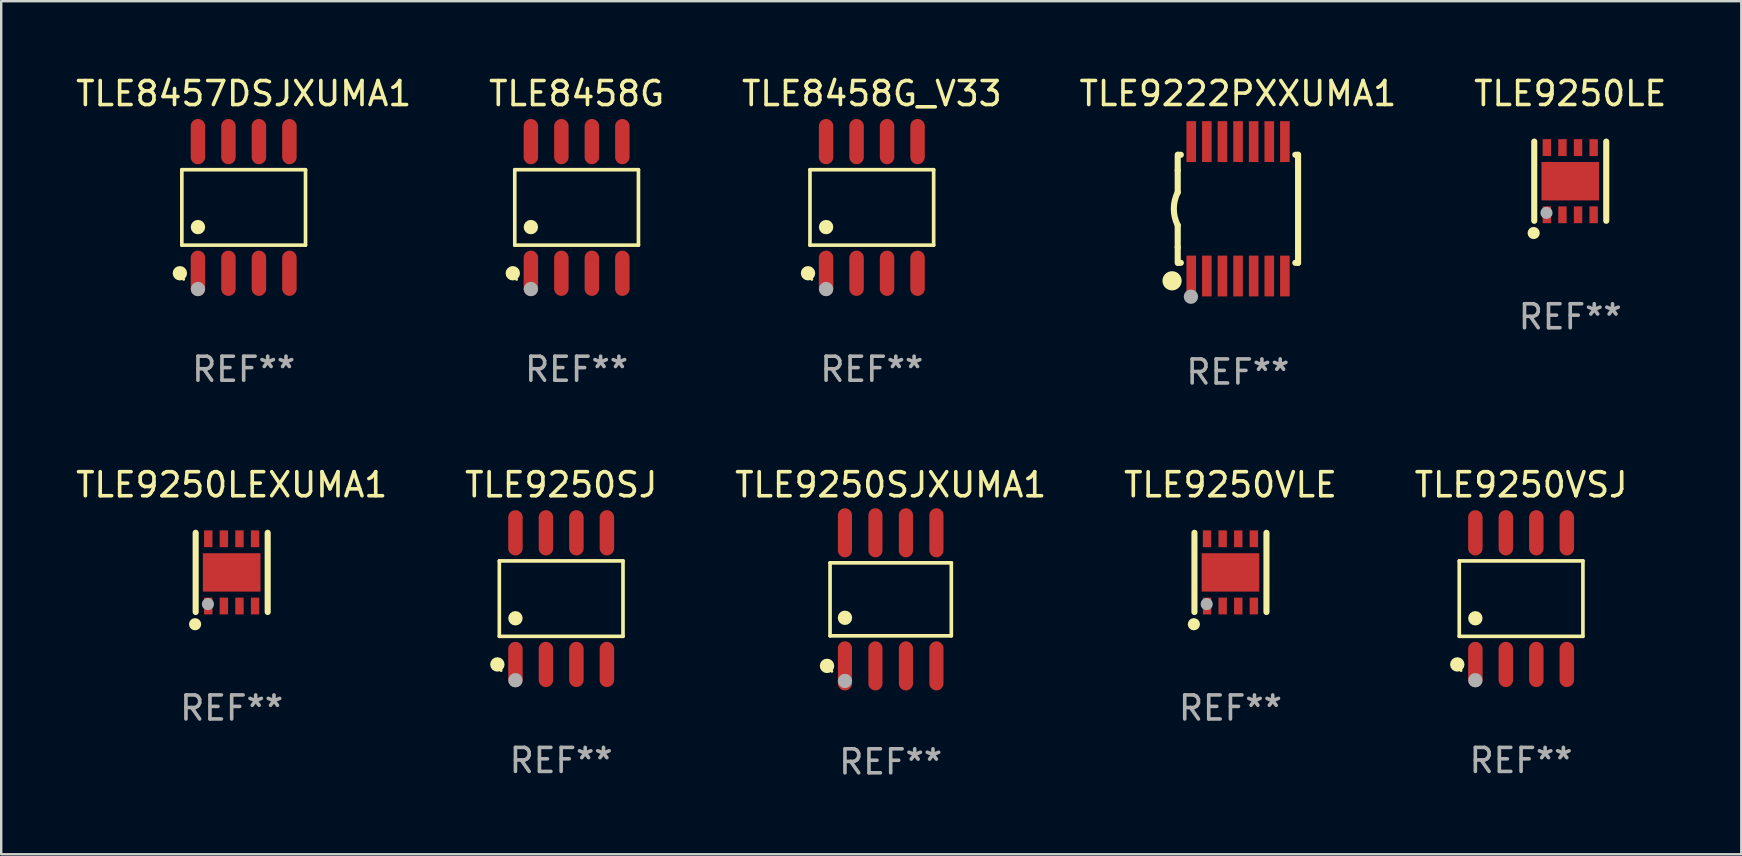
<source format=kicad_pcb>
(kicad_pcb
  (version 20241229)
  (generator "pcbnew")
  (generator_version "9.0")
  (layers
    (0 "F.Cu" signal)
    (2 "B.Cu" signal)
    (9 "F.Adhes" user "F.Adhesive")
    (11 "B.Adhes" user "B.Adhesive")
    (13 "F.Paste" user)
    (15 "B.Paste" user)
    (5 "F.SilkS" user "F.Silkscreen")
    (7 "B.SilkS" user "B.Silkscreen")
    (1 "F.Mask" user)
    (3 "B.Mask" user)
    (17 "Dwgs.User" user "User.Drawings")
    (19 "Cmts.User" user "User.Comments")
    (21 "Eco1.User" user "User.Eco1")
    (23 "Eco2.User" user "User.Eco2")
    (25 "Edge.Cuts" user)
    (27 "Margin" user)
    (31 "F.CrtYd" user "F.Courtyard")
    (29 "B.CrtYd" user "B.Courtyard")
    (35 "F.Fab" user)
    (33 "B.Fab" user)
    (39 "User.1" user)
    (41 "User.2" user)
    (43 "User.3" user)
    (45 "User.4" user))
  (footprint "TLE9250VSJ"
    (layer "F.Cu")
    (at 60.315 21.887)
    (property "Reference" "TLE9250VSJ" (at 0 -4.742 0) (layer "F.SilkS") (effects (font (size 1 1) (thickness 0.15))))
    (attr through_hole)
    (fp_line (start -2.576 -1.571) (end 2.576 -1.571) (stroke (width 0.152) (type solid)) (layer "F.SilkS"))
    (fp_line (start -2.576 1.571) (end -2.576 -1.571) (stroke (width 0.152) (type solid)) (layer "F.SilkS"))
    (fp_line (start 2.576 -1.571) (end 2.576 1.571) (stroke (width 0.152) (type solid)) (layer "F.SilkS"))
    (fp_line (start 2.576 1.571) (end -2.576 1.571) (stroke (width 0.152) (type solid)) (layer "F.SilkS"))
    (fp_circle (center -2.658 2.742) (end -2.508 2.742) (stroke (width 0.3) (type solid)) (fill no) (layer "F.SilkS"))
    (fp_circle (center -2.5 3) (end -2.47 3) (stroke (width 0.06) (type solid)) (fill no) (layer "F.SilkS"))
    (fp_circle (center -1.905 0.819) (end -1.755 0.819) (stroke (width 0.3) (type solid)) (fill no) (layer "F.SilkS"))
    (fp_circle (center -1.905 3.4) (end -1.755 3.4) (stroke (width 0.3) (type solid)) (fill no) (layer "F.Fab"))
    (fp_text user "REF**" (at 0 6.742 0) (layer "F.Fab") (effects (font (size 1 1) (thickness 0.15))))
    (pad "1" smd oval (at -1.905 2.742) (size 0.602 1.885) (layers "F.Cu" "F.Mask" "F.Paste"))
    (pad "2" smd oval (at -0.635 2.742) (size 0.602 1.885) (layers "F.Cu" "F.Mask" "F.Paste"))
    (pad "3" smd oval (at 0.635 2.742) (size 0.602 1.885) (layers "F.Cu" "F.Mask" "F.Paste"))
    (pad "4" smd oval (at 1.905 2.742) (size 0.602 1.885) (layers "F.Cu" "F.Mask" "F.Paste"))
    (pad "5" smd oval (at 1.905 -2.742) (size 0.602 1.885) (layers "F.Cu" "F.Mask" "F.Paste"))
    (pad "6" smd oval (at 0.635 -2.742) (size 0.602 1.885) (layers "F.Cu" "F.Mask" "F.Paste"))
    (pad "7" smd oval (at -0.635 -2.742) (size 0.602 1.885) (layers "F.Cu" "F.Mask" "F.Paste"))
    (pad "8" smd oval (at -1.905 -2.742) (size 0.602 1.885) (layers "F.Cu" "F.Mask" "F.Paste")))
  (footprint "TLE9250SJ"
    (layer "F.Cu")
    (at 20.327 21.887)
    (property "Reference" "TLE9250SJ" (at 0 -4.742 0) (layer "F.SilkS") (effects (font (size 1 1) (thickness 0.15))))
    (attr through_hole)
    (fp_line (start -2.576 -1.571) (end 2.576 -1.571) (stroke (width 0.152) (type solid)) (layer "F.SilkS"))
    (fp_line (start -2.576 1.571) (end -2.576 -1.571) (stroke (width 0.152) (type solid)) (layer "F.SilkS"))
    (fp_line (start 2.576 -1.571) (end 2.576 1.571) (stroke (width 0.152) (type solid)) (layer "F.SilkS"))
    (fp_line (start 2.576 1.571) (end -2.576 1.571) (stroke (width 0.152) (type solid)) (layer "F.SilkS"))
    (fp_circle (center -2.658 2.742) (end -2.508 2.742) (stroke (width 0.3) (type solid)) (fill no) (layer "F.SilkS"))
    (fp_circle (center -2.5 3) (end -2.47 3) (stroke (width 0.06) (type solid)) (fill no) (layer "F.SilkS"))
    (fp_circle (center -1.905 0.819) (end -1.755 0.819) (stroke (width 0.3) (type solid)) (fill no) (layer "F.SilkS"))
    (fp_circle (center -1.905 3.4) (end -1.755 3.4) (stroke (width 0.3) (type solid)) (fill no) (layer "F.Fab"))
    (fp_text user "REF**" (at 0 6.742 0) (layer "F.Fab") (effects (font (size 1 1) (thickness 0.15))))
    (pad "1" smd oval (at -1.905 2.742) (size 0.602 1.885) (layers "F.Cu" "F.Mask" "F.Paste"))
    (pad "2" smd oval (at -0.635 2.742) (size 0.602 1.885) (layers "F.Cu" "F.Mask" "F.Paste"))
    (pad "3" smd oval (at 0.635 2.742) (size 0.602 1.885) (layers "F.Cu" "F.Mask" "F.Paste"))
    (pad "4" smd oval (at 1.905 2.742) (size 0.602 1.885) (layers "F.Cu" "F.Mask" "F.Paste"))
    (pad "5" smd oval (at 1.905 -2.742) (size 0.602 1.885) (layers "F.Cu" "F.Mask" "F.Paste"))
    (pad "6" smd oval (at 0.635 -2.742) (size 0.602 1.885) (layers "F.Cu" "F.Mask" "F.Paste"))
    (pad "7" smd oval (at -0.635 -2.742) (size 0.602 1.885) (layers "F.Cu" "F.Mask" "F.Paste"))
    (pad "8" smd oval (at -1.905 -2.742) (size 0.602 1.885) (layers "F.Cu" "F.Mask" "F.Paste")))
  (footprint "TLE8457DSJXUMA1"
    (layer "F.Cu")
    (at 7.101 5.591)
    (property "Reference" "TLE8457DSJXUMA1" (at 0 -4.742 0) (layer "F.SilkS") (effects (font (size 1 1) (thickness 0.15))))
    (attr through_hole)
    (fp_line (start -2.576 -1.571) (end 2.576 -1.571) (stroke (width 0.152) (type solid)) (layer "F.SilkS"))
    (fp_line (start -2.576 1.571) (end -2.576 -1.571) (stroke (width 0.152) (type solid)) (layer "F.SilkS"))
    (fp_line (start 2.576 -1.571) (end 2.576 1.571) (stroke (width 0.152) (type solid)) (layer "F.SilkS"))
    (fp_line (start 2.576 1.571) (end -2.576 1.571) (stroke (width 0.152) (type solid)) (layer "F.SilkS"))
    (fp_circle (center -2.658 2.742) (end -2.508 2.742) (stroke (width 0.3) (type solid)) (fill no) (layer "F.SilkS"))
    (fp_circle (center -2.5 3) (end -2.47 3) (stroke (width 0.06) (type solid)) (fill no) (layer "F.SilkS"))
    (fp_circle (center -1.905 0.819) (end -1.755 0.819) (stroke (width 0.3) (type solid)) (fill no) (layer "F.SilkS"))
    (fp_circle (center -1.905 3.4) (end -1.755 3.4) (stroke (width 0.3) (type solid)) (fill no) (layer "F.Fab"))
    (fp_text user "REF**" (at 0 6.742 0) (layer "F.Fab") (effects (font (size 1 1) (thickness 0.15))))
    (pad "1" smd oval (at -1.905 2.742) (size 0.602 1.885) (layers "F.Cu" "F.Mask" "F.Paste"))
    (pad "2" smd oval (at -0.635 2.742) (size 0.602 1.885) (layers "F.Cu" "F.Mask" "F.Paste"))
    (pad "3" smd oval (at 0.635 2.742) (size 0.602 1.885) (layers "F.Cu" "F.Mask" "F.Paste"))
    (pad "4" smd oval (at 1.905 2.742) (size 0.602 1.885) (layers "F.Cu" "F.Mask" "F.Paste"))
    (pad "5" smd oval (at 1.905 -2.742) (size 0.602 1.885) (layers "F.Cu" "F.Mask" "F.Paste"))
    (pad "6" smd oval (at 0.635 -2.742) (size 0.602 1.885) (layers "F.Cu" "F.Mask" "F.Paste"))
    (pad "7" smd oval (at -0.635 -2.742) (size 0.602 1.885) (layers "F.Cu" "F.Mask" "F.Paste"))
    (pad "8" smd oval (at -1.905 -2.742) (size 0.602 1.885) (layers "F.Cu" "F.Mask" "F.Paste")))
  (footprint "TLE8458G"
    (layer "F.Cu")
    (at 20.97 5.591)
    (property "Reference" "TLE8458G" (at 0 -4.742 0) (layer "F.SilkS") (effects (font (size 1 1) (thickness 0.15))))
    (attr through_hole)
    (fp_line (start -2.576 -1.571) (end 2.576 -1.571) (stroke (width 0.152) (type solid)) (layer "F.SilkS"))
    (fp_line (start -2.576 1.571) (end -2.576 -1.571) (stroke (width 0.152) (type solid)) (layer "F.SilkS"))
    (fp_line (start 2.576 -1.571) (end 2.576 1.571) (stroke (width 0.152) (type solid)) (layer "F.SilkS"))
    (fp_line (start 2.576 1.571) (end -2.576 1.571) (stroke (width 0.152) (type solid)) (layer "F.SilkS"))
    (fp_circle (center -2.658 2.742) (end -2.508 2.742) (stroke (width 0.3) (type solid)) (fill no) (layer "F.SilkS"))
    (fp_circle (center -2.5 3) (end -2.47 3) (stroke (width 0.06) (type solid)) (fill no) (layer "F.SilkS"))
    (fp_circle (center -1.905 0.819) (end -1.755 0.819) (stroke (width 0.3) (type solid)) (fill no) (layer "F.SilkS"))
    (fp_circle (center -1.905 3.4) (end -1.755 3.4) (stroke (width 0.3) (type solid)) (fill no) (layer "F.Fab"))
    (fp_text user "REF**" (at 0 6.742 0) (layer "F.Fab") (effects (font (size 1 1) (thickness 0.15))))
    (pad "1" smd oval (at -1.905 2.742) (size 0.602 1.885) (layers "F.Cu" "F.Mask" "F.Paste"))
    (pad "2" smd oval (at -0.635 2.742) (size 0.602 1.885) (layers "F.Cu" "F.Mask" "F.Paste"))
    (pad "3" smd oval (at 0.635 2.742) (size 0.602 1.885) (layers "F.Cu" "F.Mask" "F.Paste"))
    (pad "4" smd oval (at 1.905 2.742) (size 0.602 1.885) (layers "F.Cu" "F.Mask" "F.Paste"))
    (pad "5" smd oval (at 1.905 -2.742) (size 0.602 1.885) (layers "F.Cu" "F.Mask" "F.Paste"))
    (pad "6" smd oval (at 0.635 -2.742) (size 0.602 1.885) (layers "F.Cu" "F.Mask" "F.Paste"))
    (pad "7" smd oval (at -0.635 -2.742) (size 0.602 1.885) (layers "F.Cu" "F.Mask" "F.Paste"))
    (pad "8" smd oval (at -1.905 -2.742) (size 0.602 1.885) (layers "F.Cu" "F.Mask" "F.Paste")))
  (footprint "TLE9250SJXUMA1"
    (layer "F.Cu")
    (at 34.054 21.917)
    (property "Reference" "TLE9250SJXUMA1" (at 0 -4.772 0) (layer "F.SilkS") (effects (font (size 1 1) (thickness 0.15))))
    (attr through_hole)
    (fp_line (start -2.526 -1.521) (end 2.526 -1.521) (stroke (width 0.152) (type solid)) (layer "F.SilkS"))
    (fp_line (start -2.526 1.521) (end -2.526 -1.521) (stroke (width 0.152) (type solid)) (layer "F.SilkS"))
    (fp_line (start 2.526 -1.521) (end 2.526 1.521) (stroke (width 0.152) (type solid)) (layer "F.SilkS"))
    (fp_line (start 2.526 1.521) (end -2.526 1.521) (stroke (width 0.152) (type solid)) (layer "F.SilkS"))
    (fp_circle (center -2.652 2.772) (end -2.501 2.772) (stroke (width 0.3) (type solid)) (fill no) (layer "F.SilkS"))
    (fp_circle (center -2.45 3) (end -2.42 3) (stroke (width 0.06) (type solid)) (fill no) (layer "F.SilkS"))
    (fp_circle (center -1.905 0.769) (end -1.755 0.769) (stroke (width 0.3) (type solid)) (fill no) (layer "F.SilkS"))
    (fp_circle (center -1.905 3.4) (end -1.755 3.4) (stroke (width 0.3) (type solid)) (fill no) (layer "F.Fab"))
    (fp_text user "REF**" (at 0 6.772 0) (layer "F.Fab") (effects (font (size 1 1) (thickness 0.15))))
    (pad "1" smd oval (at -1.905 2.772) (size 0.588 2.045) (layers "F.Cu" "F.Mask" "F.Paste"))
    (pad "2" smd oval (at -0.635 2.772) (size 0.588 2.045) (layers "F.Cu" "F.Mask" "F.Paste"))
    (pad "3" smd oval (at 0.635 2.772) (size 0.588 2.045) (layers "F.Cu" "F.Mask" "F.Paste"))
    (pad "4" smd oval (at 1.905 2.772) (size 0.588 2.045) (layers "F.Cu" "F.Mask" "F.Paste"))
    (pad "5" smd oval (at 1.905 -2.772) (size 0.588 2.045) (layers "F.Cu" "F.Mask" "F.Paste"))
    (pad "6" smd oval (at 0.635 -2.772) (size 0.588 2.045) (layers "F.Cu" "F.Mask" "F.Paste"))
    (pad "7" smd oval (at -0.635 -2.772) (size 0.588 2.045) (layers "F.Cu" "F.Mask" "F.Paste"))
    (pad "8" smd oval (at -1.905 -2.772) (size 0.588 2.045) (layers "F.Cu" "F.Mask" "F.Paste")))
  (footprint "TLE9250LE"
    (layer "F.Cu")
    (at 62.363 4.498)
    (property "Reference" "TLE9250LE" (at 0 -3.65 0) (layer "F.SilkS") (effects (font (size 1 1) (thickness 0.15))))
    (attr through_hole)
    (fp_line (start -1.5 1.65) (end -1.5 -1.65) (stroke (width 0.254) (type solid)) (layer "F.SilkS"))
    (fp_line (start 1.5 1.65) (end 1.5 -1.65) (stroke (width 0.254) (type solid)) (layer "F.SilkS"))
    (fp_circle (center -1.524 2.159) (end -1.397 2.159) (stroke (width 0.254) (type solid)) (fill no) (layer "F.SilkS"))
    (fp_circle (center -1.5 1.5) (end -1.47 1.5) (stroke (width 0.06) (type solid)) (fill no) (layer "F.SilkS"))
    (fp_circle (center -0.99 1.32) (end -0.863 1.32) (stroke (width 0.254) (type solid)) (fill no) (layer "F.Fab"))
    (fp_text user "REF**" (at 0 5.65 0) (layer "F.Fab") (effects (font (size 1 1) (thickness 0.15))))
    (pad "1" smd rect (at -0.975 1.4 270) (size 0.7 0.35) (layers "F.Cu" "F.Mask" "F.Paste"))
    (pad "2" smd rect (at -0.325 1.4 270) (size 0.7 0.35) (layers "F.Cu" "F.Mask" "F.Paste"))
    (pad "3" smd rect (at 0.325 1.4 270) (size 0.7 0.35) (layers "F.Cu" "F.Mask" "F.Paste"))
    (pad "4" smd rect (at 0.975 1.4 270) (size 0.7 0.35) (layers "F.Cu" "F.Mask" "F.Paste"))
    (pad "5" smd rect (at 0.975 -1.4 270) (size 0.7 0.35) (layers "F.Cu" "F.Mask" "F.Paste"))
    (pad "6" smd rect (at 0.325 -1.4 270) (size 0.7 0.35) (layers "F.Cu" "F.Mask" "F.Paste"))
    (pad "7" smd rect (at -0.325 -1.4 270) (size 0.7 0.35) (layers "F.Cu" "F.Mask" "F.Paste"))
    (pad "8" smd rect (at -0.975 -1.4 270) (size 0.7 0.35) (layers "F.Cu" "F.Mask" "F.Paste"))
    (pad "9" smd rect (at 0.000241 0.000064) (size 2.4 1.6) (layers "F.Cu" "F.Mask" "F.Paste")))
  (footprint "TLE8458G_V33"
    (layer "F.Cu")
    (at 33.268 5.591)
    (property "Reference" "TLE8458G_V33" (at 0 -4.742 0) (layer "F.SilkS") (effects (font (size 1 1) (thickness 0.15))))
    (attr through_hole)
    (fp_line (start -2.576 -1.571) (end 2.576 -1.571) (stroke (width 0.152) (type solid)) (layer "F.SilkS"))
    (fp_line (start -2.576 1.571) (end -2.576 -1.571) (stroke (width 0.152) (type solid)) (layer "F.SilkS"))
    (fp_line (start 2.576 -1.571) (end 2.576 1.571) (stroke (width 0.152) (type solid)) (layer "F.SilkS"))
    (fp_line (start 2.576 1.571) (end -2.576 1.571) (stroke (width 0.152) (type solid)) (layer "F.SilkS"))
    (fp_circle (center -2.658 2.742) (end -2.508 2.742) (stroke (width 0.3) (type solid)) (fill no) (layer "F.SilkS"))
    (fp_circle (center -2.5 3) (end -2.47 3) (stroke (width 0.06) (type solid)) (fill no) (layer "F.SilkS"))
    (fp_circle (center -1.905 0.819) (end -1.755 0.819) (stroke (width 0.3) (type solid)) (fill no) (layer "F.SilkS"))
    (fp_circle (center -1.905 3.4) (end -1.755 3.4) (stroke (width 0.3) (type solid)) (fill no) (layer "F.Fab"))
    (fp_text user "REF**" (at 0 6.742 0) (layer "F.Fab") (effects (font (size 1 1) (thickness 0.15))))
    (pad "1" smd oval (at -1.905 2.742) (size 0.602 1.885) (layers "F.Cu" "F.Mask" "F.Paste"))
    (pad "2" smd oval (at -0.635 2.742) (size 0.602 1.885) (layers "F.Cu" "F.Mask" "F.Paste"))
    (pad "3" smd oval (at 0.635 2.742) (size 0.602 1.885) (layers "F.Cu" "F.Mask" "F.Paste"))
    (pad "4" smd oval (at 1.905 2.742) (size 0.602 1.885) (layers "F.Cu" "F.Mask" "F.Paste"))
    (pad "5" smd oval (at 1.905 -2.742) (size 0.602 1.885) (layers "F.Cu" "F.Mask" "F.Paste"))
    (pad "6" smd oval (at 0.635 -2.742) (size 0.602 1.885) (layers "F.Cu" "F.Mask" "F.Paste"))
    (pad "7" smd oval (at -0.635 -2.742) (size 0.602 1.885) (layers "F.Cu" "F.Mask" "F.Paste"))
    (pad "8" smd oval (at -1.905 -2.742) (size 0.602 1.885) (layers "F.Cu" "F.Mask" "F.Paste")))
  (footprint "TLE9250LEXUMA1"
    (layer "F.Cu")
    (at 6.601 20.795)
    (property "Reference" "TLE9250LEXUMA1" (at 0 -3.65 0) (layer "F.SilkS") (effects (font (size 1 1) (thickness 0.15))))
    (attr through_hole)
    (fp_line (start -1.5 1.65) (end -1.5 -1.65) (stroke (width 0.254) (type solid)) (layer "F.SilkS"))
    (fp_line (start 1.5 1.65) (end 1.5 -1.65) (stroke (width 0.254) (type solid)) (layer "F.SilkS"))
    (fp_circle (center -1.524 2.159) (end -1.397 2.159) (stroke (width 0.254) (type solid)) (fill no) (layer "F.SilkS"))
    (fp_circle (center -1.5 1.5) (end -1.47 1.5) (stroke (width 0.06) (type solid)) (fill no) (layer "F.SilkS"))
    (fp_circle (center -0.99 1.32) (end -0.863 1.32) (stroke (width 0.254) (type solid)) (fill no) (layer "F.Fab"))
    (fp_text user "REF**" (at 0 5.65 0) (layer "F.Fab") (effects (font (size 1 1) (thickness 0.15))))
    (pad "1" smd rect (at -0.975 1.4 270) (size 0.7 0.35) (layers "F.Cu" "F.Mask" "F.Paste"))
    (pad "2" smd rect (at -0.325 1.4 270) (size 0.7 0.35) (layers "F.Cu" "F.Mask" "F.Paste"))
    (pad "3" smd rect (at 0.325 1.4 270) (size 0.7 0.35) (layers "F.Cu" "F.Mask" "F.Paste"))
    (pad "4" smd rect (at 0.975 1.4 270) (size 0.7 0.35) (layers "F.Cu" "F.Mask" "F.Paste"))
    (pad "5" smd rect (at 0.975 -1.4 270) (size 0.7 0.35) (layers "F.Cu" "F.Mask" "F.Paste"))
    (pad "6" smd rect (at 0.325 -1.4 270) (size 0.7 0.35) (layers "F.Cu" "F.Mask" "F.Paste"))
    (pad "7" smd rect (at -0.325 -1.4 270) (size 0.7 0.35) (layers "F.Cu" "F.Mask" "F.Paste"))
    (pad "8" smd rect (at -0.975 -1.4 270) (size 0.7 0.35) (layers "F.Cu" "F.Mask" "F.Paste"))
    (pad "9" smd rect (at 0.000241 0.000064) (size 2.4 1.6) (layers "F.Cu" "F.Mask" "F.Paste")))
  (footprint "TLE9250VLE"
    (layer "F.Cu")
    (at 48.208 20.795)
    (property "Reference" "TLE9250VLE" (at 0 -3.65 0) (layer "F.SilkS") (effects (font (size 1 1) (thickness 0.15))))
    (attr through_hole)
    (fp_line (start -1.5 1.65) (end -1.5 -1.65) (stroke (width 0.254) (type solid)) (layer "F.SilkS"))
    (fp_line (start 1.5 1.65) (end 1.5 -1.65) (stroke (width 0.254) (type solid)) (layer "F.SilkS"))
    (fp_circle (center -1.524 2.159) (end -1.397 2.159) (stroke (width 0.254) (type solid)) (fill no) (layer "F.SilkS"))
    (fp_circle (center -1.5 1.5) (end -1.47 1.5) (stroke (width 0.06) (type solid)) (fill no) (layer "F.SilkS"))
    (fp_circle (center -0.99 1.32) (end -0.863 1.32) (stroke (width 0.254) (type solid)) (fill no) (layer "F.Fab"))
    (fp_text user "REF**" (at 0 5.65 0) (layer "F.Fab") (effects (font (size 1 1) (thickness 0.15))))
    (pad "1" smd rect (at -0.975 1.4 270) (size 0.7 0.35) (layers "F.Cu" "F.Mask" "F.Paste"))
    (pad "2" smd rect (at -0.325 1.4 270) (size 0.7 0.35) (layers "F.Cu" "F.Mask" "F.Paste"))
    (pad "3" smd rect (at 0.325 1.4 270) (size 0.7 0.35) (layers "F.Cu" "F.Mask" "F.Paste"))
    (pad "4" smd rect (at 0.975 1.4 270) (size 0.7 0.35) (layers "F.Cu" "F.Mask" "F.Paste"))
    (pad "5" smd rect (at 0.975 -1.4 270) (size 0.7 0.35) (layers "F.Cu" "F.Mask" "F.Paste"))
    (pad "6" smd rect (at 0.325 -1.4 270) (size 0.7 0.35) (layers "F.Cu" "F.Mask" "F.Paste"))
    (pad "7" smd rect (at -0.325 -1.4 270) (size 0.7 0.35) (layers "F.Cu" "F.Mask" "F.Paste"))
    (pad "8" smd rect (at -0.975 -1.4 270) (size 0.7 0.35) (layers "F.Cu" "F.Mask" "F.Paste"))
    (pad "9" smd rect (at 0.000241 0.000064) (size 2.4 1.6) (layers "F.Cu" "F.Mask" "F.Paste")))
  (footprint "TLE9222PXXUMA1"
    (layer "F.Cu")
    (at 48.518 5.648)
    (property "Reference" "TLE9222PXXUMA1" (at 0 -4.8 0) (layer "F.SilkS") (effects (font (size 1 1) (thickness 0.15))))
    (attr through_hole)
    (fp_line (start -2.507 -1.6) (end -2.507 -2.25) (stroke (width 0.254) (type solid)) (layer "F.SilkS"))
    (fp_line (start -2.507 -0.686) (end -2.507 -1.6) (stroke (width 0.254) (type solid)) (layer "F.SilkS"))
    (fp_line (start -2.507 1.6) (end -2.507 0.686) (stroke (width 0.254) (type solid)) (layer "F.SilkS"))
    (fp_line (start -2.507 1.6) (end -2.507 2.25) (stroke (width 0.254) (type solid)) (layer "F.SilkS"))
    (fp_line (start -2.493 -2.25) (end -2.377 -2.25) (stroke (width 0.254) (type solid)) (layer "F.SilkS"))
    (fp_line (start -2.377 2.25) (end -2.493 2.25) (stroke (width 0.254) (type solid)) (layer "F.SilkS"))
    (fp_line (start 2.392 -2.25) (end 2.507 -2.25) (stroke (width 0.254) (type solid)) (layer "F.SilkS"))
    (fp_line (start 2.507 -2.25) (end 2.507 2.25) (stroke (width 0.254) (type solid)) (layer "F.SilkS"))
    (fp_line (start 2.507 2.25) (end 2.392 2.25) (stroke (width 0.254) (type solid)) (layer "F.SilkS"))
    (fp_arc (start -2.507303 0.685802) (mid -2.669199 0) (end -2.507303 -0.685801) (stroke (width 0.254001) (type solid)) (layer "F.SilkS"))
    (fp_circle (center -2.743 3) (end -2.543 3) (stroke (width 0.4) (type solid)) (fill no) (layer "F.SilkS"))
    (fp_circle (center -2.493 3.2) (end -2.463 3.2) (stroke (width 0.06) (type solid)) (fill no) (layer "F.SilkS"))
    (fp_circle (center -1.957 3.662) (end -1.807 3.662) (stroke (width 0.3) (type solid)) (fill no) (layer "F.Fab"))
    (fp_text user "REF**" (at 0 6.8 0) (layer "F.Fab") (effects (font (size 1 1) (thickness 0.15))))
    (pad "1" smd rect (at -1.943 2.8) (size 0.4 1.7) (layers "F.Cu" "F.Mask" "F.Paste"))
    (pad "2" smd rect (at -1.293 2.8) (size 0.4 1.7) (layers "F.Cu" "F.Mask" "F.Paste"))
    (pad "3" smd rect (at -0.643 2.8) (size 0.4 1.7) (layers "F.Cu" "F.Mask" "F.Paste"))
    (pad "4" smd rect (at 0.007 2.8) (size 0.4 1.7) (layers "F.Cu" "F.Mask" "F.Paste"))
    (pad "5" smd rect (at 0.657 2.8) (size 0.4 1.7) (layers "F.Cu" "F.Mask" "F.Paste"))
    (pad "6" smd rect (at 1.307 2.8) (size 0.4 1.7) (layers "F.Cu" "F.Mask" "F.Paste"))
    (pad "7" smd rect (at 1.957 2.8) (size 0.4 1.7) (layers "F.Cu" "F.Mask" "F.Paste"))
    (pad "8" smd rect (at 1.957 -2.8) (size 0.4 1.7) (layers "F.Cu" "F.Mask" "F.Paste"))
    (pad "9" smd rect (at 1.307 -2.8) (size 0.4 1.7) (layers "F.Cu" "F.Mask" "F.Paste"))
    (pad "10" smd rect (at 0.657 -2.8) (size 0.4 1.7) (layers "F.Cu" "F.Mask" "F.Paste"))
    (pad "11" smd rect (at 0.007 -2.8) (size 0.4 1.7) (layers "F.Cu" "F.Mask" "F.Paste"))
    (pad "12" smd rect (at -0.643 -2.8) (size 0.4 1.7) (layers "F.Cu" "F.Mask" "F.Paste"))
    (pad "13" smd rect (at -1.293 -2.8) (size 0.4 1.7) (layers "F.Cu" "F.Mask" "F.Paste"))
    (pad "14" smd rect (at -1.943 -2.8) (size 0.4 1.7) (layers "F.Cu" "F.Mask" "F.Paste")))
  (gr_rect
    (start -3 -3)
    (end 69.488 32.538)
    (stroke (width 0.1) (type default))
    (fill no)
    (layer "Edge.Cuts")))
</source>
